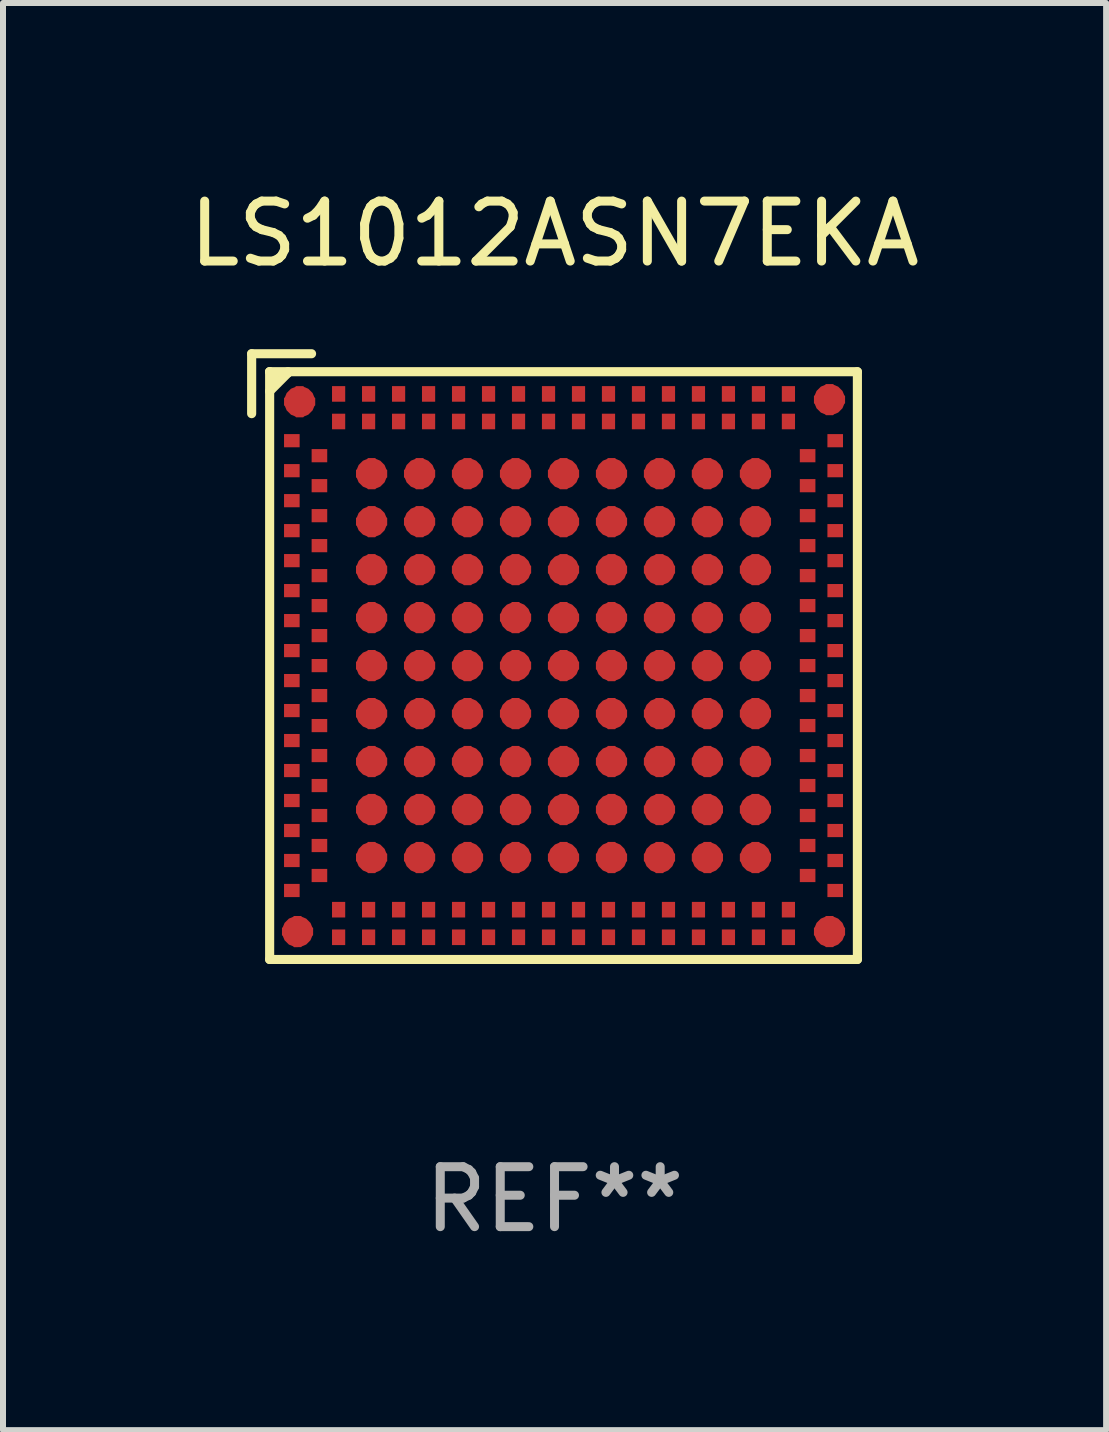
<source format=kicad_pcb>
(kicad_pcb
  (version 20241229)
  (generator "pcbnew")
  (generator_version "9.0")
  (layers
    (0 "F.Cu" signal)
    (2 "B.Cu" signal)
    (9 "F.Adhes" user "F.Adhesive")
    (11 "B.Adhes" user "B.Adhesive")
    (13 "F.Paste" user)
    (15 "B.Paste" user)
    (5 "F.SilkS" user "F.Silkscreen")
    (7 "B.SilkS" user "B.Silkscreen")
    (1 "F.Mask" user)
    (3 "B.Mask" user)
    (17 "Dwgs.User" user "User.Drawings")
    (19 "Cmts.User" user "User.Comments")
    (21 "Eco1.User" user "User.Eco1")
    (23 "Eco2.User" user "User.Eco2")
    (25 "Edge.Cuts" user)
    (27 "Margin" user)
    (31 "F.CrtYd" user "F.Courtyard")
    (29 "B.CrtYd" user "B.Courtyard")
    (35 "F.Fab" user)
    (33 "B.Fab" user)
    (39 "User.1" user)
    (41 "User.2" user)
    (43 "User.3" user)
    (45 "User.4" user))
  (footprint "LS1012ASN7EKA"
    (layer "F.Cu")
    (at 6.196 7.898)
    (property "Reference" "LS1012ASN7EKA" (at 0 -7.05 0) (layer "F.SilkS") (effects (font (size 1 1) (thickness 0.15))))
    (attr through_hole)
    (fp_line (start -5.05 -5.05) (end -5.05 -4.051) (stroke (width 0.152) (type solid)) (layer "F.SilkS"))
    (fp_line (start -4.75 -4.75) (end -4.75 -4.75) (stroke (width 0.152) (type solid)) (layer "F.SilkS"))
    (fp_line (start -4.75 -4.75) (end 5.05 -4.75) (stroke (width 0.152) (type solid)) (layer "F.SilkS"))
    (fp_line (start -4.75 5.05) (end -4.75 -4.75) (stroke (width 0.152) (type solid)) (layer "F.SilkS"))
    (fp_line (start -4.444 -4.75) (end -4.444 -4.731) (stroke (width 0.152) (type solid)) (layer "F.SilkS"))
    (fp_line (start -4.444 -4.731) (end -4.75 -4.424) (stroke (width 0.152) (type solid)) (layer "F.SilkS"))
    (fp_line (start -4.051 -5.05) (end -5.05 -5.05) (stroke (width 0.152) (type solid)) (layer "F.SilkS"))
    (fp_line (start 5.05 -4.75) (end 5.05 5.05) (stroke (width 0.152) (type solid)) (layer "F.SilkS"))
    (fp_line (start 5.05 5.05) (end -4.75 5.05) (stroke (width 0.152) (type solid)) (layer "F.SilkS"))
    (fp_circle (center -4.65 -4.65) (end -4.62 -4.65) (stroke (width 0.06) (type solid)) (fill no) (layer "F.SilkS"))
    (fp_text user "REF**" (at 0 9.05 0) (layer "F.Fab") (effects (font (size 1 1) (thickness 0.15))))
    (pad "1" smd custom (at -4.25 -4.25) (size 0.52 0.52) (layers "F.Cu" "F.Mask" "F.Paste") (options (anchor circle)) (primitives (gr_poly (pts (xy -0.06 -0.26) (xy 0.06 -0.26) (xy 0.26 -0.06) (xy 0.26 0.06) (xy 0.06 0.26) (xy -0.06 0.26) (xy -0.26 0.06) (xy -0.26 -0.06)) (width 0) (fill yes))))
    (pad "2" smd rect (at -4.38 -3.6 90) (size 0.22 0.26) (layers "F.Cu" "F.Mask" "F.Paste"))
    (pad "3" smd rect (at -4.38 -3.1 90) (size 0.22 0.26) (layers "F.Cu" "F.Mask" "F.Paste"))
    (pad "4" smd rect (at -4.38 -2.6 90) (size 0.22 0.26) (layers "F.Cu" "F.Mask" "F.Paste"))
    (pad "5" smd rect (at -4.38 -2.1 90) (size 0.22 0.26) (layers "F.Cu" "F.Mask" "F.Paste"))
    (pad "6" smd rect (at -4.38 -1.6 90) (size 0.22 0.26) (layers "F.Cu" "F.Mask" "F.Paste"))
    (pad "7" smd rect (at -4.38 -1.1 90) (size 0.22 0.26) (layers "F.Cu" "F.Mask" "F.Paste"))
    (pad "8" smd rect (at -4.38 -0.6 90) (size 0.22 0.26) (layers "F.Cu" "F.Mask" "F.Paste"))
    (pad "9" smd rect (at -4.38 -0.1 90) (size 0.22 0.26) (layers "F.Cu" "F.Mask" "F.Paste"))
    (pad "10" smd rect (at -4.38 0.4 90) (size 0.22 0.26) (layers "F.Cu" "F.Mask" "F.Paste"))
    (pad "11" smd rect (at -4.38 0.9 90) (size 0.22 0.26) (layers "F.Cu" "F.Mask" "F.Paste"))
    (pad "12" smd rect (at -4.38 1.4 90) (size 0.22 0.26) (layers "F.Cu" "F.Mask" "F.Paste"))
    (pad "13" smd rect (at -4.38 1.9 90) (size 0.22 0.26) (layers "F.Cu" "F.Mask" "F.Paste"))
    (pad "14" smd rect (at -4.38 2.4 90) (size 0.22 0.26) (layers "F.Cu" "F.Mask" "F.Paste"))
    (pad "15" smd rect (at -4.38 2.9 90) (size 0.22 0.26) (layers "F.Cu" "F.Mask" "F.Paste"))
    (pad "16" smd rect (at -4.38 3.4 90) (size 0.22 0.26) (layers "F.Cu" "F.Mask" "F.Paste"))
    (pad "17" smd rect (at -4.38 3.9 90) (size 0.22 0.26) (layers "F.Cu" "F.Mask" "F.Paste"))
    (pad "18" smd custom (at -4.285 4.585 45) (size 0.52 0.52) (layers "F.Cu" "F.Mask" "F.Paste") (options (anchor circle)) (primitives (gr_poly (pts (xy -0.226 -0.141) (xy -0.141 -0.226) (xy 0.141 -0.226) (xy 0.226 -0.141) (xy 0.226 0.142) (xy 0.141 0.226) (xy -0.141 0.226) (xy -0.226 0.142)) (width 0) (fill yes))))
    (pad "19" smd rect (at -3.6 4.68) (size 0.22 0.26) (layers "F.Cu" "F.Mask" "F.Paste"))
    (pad "20" smd rect (at -3.1 4.68) (size 0.22 0.26) (layers "F.Cu" "F.Mask" "F.Paste"))
    (pad "21" smd rect (at -2.6 4.68) (size 0.22 0.26) (layers "F.Cu" "F.Mask" "F.Paste"))
    (pad "22" smd rect (at -2.1 4.68) (size 0.22 0.26) (layers "F.Cu" "F.Mask" "F.Paste"))
    (pad "23" smd rect (at -1.6 4.68) (size 0.22 0.26) (layers "F.Cu" "F.Mask" "F.Paste"))
    (pad "24" smd rect (at -1.1 4.68) (size 0.22 0.26) (layers "F.Cu" "F.Mask" "F.Paste"))
    (pad "25" smd rect (at -0.6 4.68) (size 0.22 0.26) (layers "F.Cu" "F.Mask" "F.Paste"))
    (pad "26" smd rect (at -0.1 4.68) (size 0.22 0.26) (layers "F.Cu" "F.Mask" "F.Paste"))
    (pad "27" smd rect (at 0.4 4.68) (size 0.22 0.26) (layers "F.Cu" "F.Mask" "F.Paste"))
    (pad "28" smd rect (at 0.9 4.68) (size 0.22 0.26) (layers "F.Cu" "F.Mask" "F.Paste"))
    (pad "29" smd rect (at 1.4 4.68) (size 0.22 0.26) (layers "F.Cu" "F.Mask" "F.Paste"))
    (pad "30" smd rect (at 1.9 4.68) (size 0.22 0.26) (layers "F.Cu" "F.Mask" "F.Paste"))
    (pad "31" smd rect (at 2.4 4.68) (size 0.22 0.26) (layers "F.Cu" "F.Mask" "F.Paste"))
    (pad "32" smd rect (at 2.9 4.68) (size 0.22 0.26) (layers "F.Cu" "F.Mask" "F.Paste"))
    (pad "33" smd rect (at 3.4 4.68) (size 0.22 0.26) (layers "F.Cu" "F.Mask" "F.Paste"))
    (pad "34" smd rect (at 3.9 4.68) (size 0.22 0.26) (layers "F.Cu" "F.Mask" "F.Paste"))
    (pad "35" smd custom (at 4.585 4.585 45) (size 0.52 0.52) (layers "F.Cu" "F.Mask" "F.Paste") (options (anchor circle)) (primitives (gr_poly (pts (xy -0.226 -0.141) (xy -0.141 -0.226) (xy 0.141 -0.226) (xy 0.226 -0.141) (xy 0.226 0.141) (xy 0.141 0.226) (xy -0.141 0.226) (xy -0.226 0.141)) (width 0) (fill yes))))
    (pad "36" smd rect (at 4.68 3.9 270) (size 0.22 0.26) (layers "F.Cu" "F.Mask" "F.Paste"))
    (pad "37" smd rect (at 4.68 3.4 270) (size 0.22 0.26) (layers "F.Cu" "F.Mask" "F.Paste"))
    (pad "38" smd rect (at 4.68 2.9 270) (size 0.22 0.26) (layers "F.Cu" "F.Mask" "F.Paste"))
    (pad "39" smd rect (at 4.68 2.4 270) (size 0.22 0.26) (layers "F.Cu" "F.Mask" "F.Paste"))
    (pad "40" smd rect (at 4.68 1.9 270) (size 0.22 0.26) (layers "F.Cu" "F.Mask" "F.Paste"))
    (pad "41" smd rect (at 4.68 1.4 270) (size 0.22 0.26) (layers "F.Cu" "F.Mask" "F.Paste"))
    (pad "42" smd rect (at 4.68 0.9 270) (size 0.22 0.26) (layers "F.Cu" "F.Mask" "F.Paste"))
    (pad "43" smd rect (at 4.68 0.4 270) (size 0.22 0.26) (layers "F.Cu" "F.Mask" "F.Paste"))
    (pad "44" smd rect (at 4.68 -0.1 270) (size 0.22 0.26) (layers "F.Cu" "F.Mask" "F.Paste"))
    (pad "45" smd rect (at 4.68 -0.6 270) (size 0.22 0.26) (layers "F.Cu" "F.Mask" "F.Paste"))
    (pad "46" smd rect (at 4.68 -1.1 270) (size 0.22 0.26) (layers "F.Cu" "F.Mask" "F.Paste"))
    (pad "47" smd rect (at 4.68 -1.6 270) (size 0.22 0.26) (layers "F.Cu" "F.Mask" "F.Paste"))
    (pad "48" smd rect (at 4.68 -2.1 270) (size 0.22 0.26) (layers "F.Cu" "F.Mask" "F.Paste"))
    (pad "49" smd rect (at 4.68 -2.6 270) (size 0.22 0.26) (layers "F.Cu" "F.Mask" "F.Paste"))
    (pad "50" smd rect (at 4.68 -3.1 270) (size 0.22 0.26) (layers "F.Cu" "F.Mask" "F.Paste"))
    (pad "51" smd rect (at 4.68 -3.6 270) (size 0.22 0.26) (layers "F.Cu" "F.Mask" "F.Paste"))
    (pad "52" smd custom (at 4.585 -4.285 45) (size 0.52 0.52) (layers "F.Cu" "F.Mask" "F.Paste") (options (anchor circle)) (primitives (gr_poly (pts (xy -0.226 -0.141) (xy -0.141 -0.226) (xy 0.141 -0.226) (xy 0.226 -0.141) (xy 0.226 0.141) (xy 0.141 0.226) (xy -0.141 0.226) (xy -0.226 0.141)) (width 0) (fill yes))))
    (pad "53" smd rect (at 3.9 -4.38 180) (size 0.22 0.26) (layers "F.Cu" "F.Mask" "F.Paste"))
    (pad "54" smd rect (at 3.4 -4.38 180) (size 0.22 0.26) (layers "F.Cu" "F.Mask" "F.Paste"))
    (pad "55" smd rect (at 2.9 -4.38 180) (size 0.22 0.26) (layers "F.Cu" "F.Mask" "F.Paste"))
    (pad "56" smd rect (at 2.4 -4.38 180) (size 0.22 0.26) (layers "F.Cu" "F.Mask" "F.Paste"))
    (pad "57" smd rect (at 1.9 -4.38 180) (size 0.22 0.26) (layers "F.Cu" "F.Mask" "F.Paste"))
    (pad "58" smd rect (at 1.4 -4.38 180) (size 0.22 0.26) (layers "F.Cu" "F.Mask" "F.Paste"))
    (pad "59" smd rect (at 0.9 -4.38 180) (size 0.22 0.26) (layers "F.Cu" "F.Mask" "F.Paste"))
    (pad "60" smd rect (at 0.4 -4.38 180) (size 0.22 0.26) (layers "F.Cu" "F.Mask" "F.Paste"))
    (pad "61" smd rect (at -0.1 -4.38 180) (size 0.22 0.26) (layers "F.Cu" "F.Mask" "F.Paste"))
    (pad "62" smd rect (at -0.6 -4.38 180) (size 0.22 0.26) (layers "F.Cu" "F.Mask" "F.Paste"))
    (pad "63" smd rect (at -1.1 -4.38 180) (size 0.22 0.26) (layers "F.Cu" "F.Mask" "F.Paste"))
    (pad "64" smd rect (at -1.6 -4.38 180) (size 0.22 0.26) (layers "F.Cu" "F.Mask" "F.Paste"))
    (pad "65" smd rect (at -2.1 -4.38 180) (size 0.22 0.26) (layers "F.Cu" "F.Mask" "F.Paste"))
    (pad "66" smd rect (at -2.6 -4.38 180) (size 0.22 0.26) (layers "F.Cu" "F.Mask" "F.Paste"))
    (pad "67" smd rect (at -3.1 -4.38 180) (size 0.22 0.26) (layers "F.Cu" "F.Mask" "F.Paste"))
    (pad "68" smd rect (at -3.6 -4.38 180) (size 0.22 0.26) (layers "F.Cu" "F.Mask" "F.Paste"))
    (pad "69" smd rect (at -3.92 -3.35 90) (size 0.22 0.26) (layers "F.Cu" "F.Mask" "F.Paste"))
    (pad "70" smd rect (at -3.92 -2.85 90) (size 0.22 0.26) (layers "F.Cu" "F.Mask" "F.Paste"))
    (pad "71" smd rect (at -3.92 -2.35 90) (size 0.22 0.26) (layers "F.Cu" "F.Mask" "F.Paste"))
    (pad "72" smd rect (at -3.92 -1.85 90) (size 0.22 0.26) (layers "F.Cu" "F.Mask" "F.Paste"))
    (pad "73" smd rect (at -3.92 -1.35 90) (size 0.22 0.26) (layers "F.Cu" "F.Mask" "F.Paste"))
    (pad "74" smd rect (at -3.92 -0.85 90) (size 0.22 0.26) (layers "F.Cu" "F.Mask" "F.Paste"))
    (pad "75" smd rect (at -3.92 -0.35 90) (size 0.22 0.26) (layers "F.Cu" "F.Mask" "F.Paste"))
    (pad "76" smd rect (at -3.92 0.15 90) (size 0.22 0.26) (layers "F.Cu" "F.Mask" "F.Paste"))
    (pad "77" smd rect (at -3.92 0.65 90) (size 0.22 0.26) (layers "F.Cu" "F.Mask" "F.Paste"))
    (pad "78" smd rect (at -3.92 1.15 90) (size 0.22 0.26) (layers "F.Cu" "F.Mask" "F.Paste"))
    (pad "79" smd rect (at -3.92 1.65 90) (size 0.22 0.26) (layers "F.Cu" "F.Mask" "F.Paste"))
    (pad "80" smd rect (at -3.92 2.15 90) (size 0.22 0.26) (layers "F.Cu" "F.Mask" "F.Paste"))
    (pad "81" smd rect (at -3.92 2.65 90) (size 0.22 0.26) (layers "F.Cu" "F.Mask" "F.Paste"))
    (pad "82" smd rect (at -3.92 3.15 90) (size 0.22 0.26) (layers "F.Cu" "F.Mask" "F.Paste"))
    (pad "83" smd rect (at -3.92 3.65 90) (size 0.22 0.26) (layers "F.Cu" "F.Mask" "F.Paste"))
    (pad "84" smd rect (at -3.6 4.22) (size 0.22 0.26) (layers "F.Cu" "F.Mask" "F.Paste"))
    (pad "85" smd rect (at -3.1 4.22) (size 0.22 0.26) (layers "F.Cu" "F.Mask" "F.Paste"))
    (pad "86" smd rect (at -2.6 4.22) (size 0.22 0.26) (layers "F.Cu" "F.Mask" "F.Paste"))
    (pad "87" smd rect (at -2.1 4.22) (size 0.22 0.26) (layers "F.Cu" "F.Mask" "F.Paste"))
    (pad "88" smd rect (at -1.6 4.22) (size 0.22 0.26) (layers "F.Cu" "F.Mask" "F.Paste"))
    (pad "89" smd rect (at -1.1 4.22) (size 0.22 0.26) (layers "F.Cu" "F.Mask" "F.Paste"))
    (pad "90" smd rect (at -0.6 4.22) (size 0.22 0.26) (layers "F.Cu" "F.Mask" "F.Paste"))
    (pad "91" smd rect (at -0.1 4.22) (size 0.22 0.26) (layers "F.Cu" "F.Mask" "F.Paste"))
    (pad "92" smd rect (at 0.4 4.22) (size 0.22 0.26) (layers "F.Cu" "F.Mask" "F.Paste"))
    (pad "93" smd rect (at 0.9 4.22) (size 0.22 0.26) (layers "F.Cu" "F.Mask" "F.Paste"))
    (pad "94" smd rect (at 1.4 4.22) (size 0.22 0.26) (layers "F.Cu" "F.Mask" "F.Paste"))
    (pad "95" smd rect (at 1.9 4.22) (size 0.22 0.26) (layers "F.Cu" "F.Mask" "F.Paste"))
    (pad "96" smd rect (at 2.4 4.22) (size 0.22 0.26) (layers "F.Cu" "F.Mask" "F.Paste"))
    (pad "97" smd rect (at 2.9 4.22) (size 0.22 0.26) (layers "F.Cu" "F.Mask" "F.Paste"))
    (pad "98" smd rect (at 3.4 4.22) (size 0.22 0.26) (layers "F.Cu" "F.Mask" "F.Paste"))
    (pad "99" smd rect (at 3.9 4.22) (size 0.22 0.26) (layers "F.Cu" "F.Mask" "F.Paste"))
    (pad "100" smd rect (at 4.22 3.65 270) (size 0.22 0.26) (layers "F.Cu" "F.Mask" "F.Paste"))
    (pad "101" smd rect (at 4.22 3.15 270) (size 0.22 0.26) (layers "F.Cu" "F.Mask" "F.Paste"))
    (pad "102" smd rect (at 4.22 2.65 270) (size 0.22 0.26) (layers "F.Cu" "F.Mask" "F.Paste"))
    (pad "103" smd rect (at 4.22 2.15 270) (size 0.22 0.26) (layers "F.Cu" "F.Mask" "F.Paste"))
    (pad "104" smd rect (at 4.22 1.65 270) (size 0.22 0.26) (layers "F.Cu" "F.Mask" "F.Paste"))
    (pad "105" smd rect (at 4.22 1.15 270) (size 0.22 0.26) (layers "F.Cu" "F.Mask" "F.Paste"))
    (pad "106" smd rect (at 4.22 0.65 270) (size 0.22 0.26) (layers "F.Cu" "F.Mask" "F.Paste"))
    (pad "107" smd rect (at 4.22 0.15 270) (size 0.22 0.26) (layers "F.Cu" "F.Mask" "F.Paste"))
    (pad "108" smd rect (at 4.22 -0.35 270) (size 0.22 0.26) (layers "F.Cu" "F.Mask" "F.Paste"))
    (pad "109" smd rect (at 4.22 -0.85 270) (size 0.22 0.26) (layers "F.Cu" "F.Mask" "F.Paste"))
    (pad "110" smd rect (at 4.22 -1.35 270) (size 0.22 0.26) (layers "F.Cu" "F.Mask" "F.Paste"))
    (pad "111" smd rect (at 4.22 -1.85 270) (size 0.22 0.26) (layers "F.Cu" "F.Mask" "F.Paste"))
    (pad "112" smd rect (at 4.22 -2.35 270) (size 0.22 0.26) (layers "F.Cu" "F.Mask" "F.Paste"))
    (pad "113" smd rect (at 4.22 -2.85 270) (size 0.22 0.26) (layers "F.Cu" "F.Mask" "F.Paste"))
    (pad "114" smd rect (at 4.22 -3.35 270) (size 0.22 0.26) (layers "F.Cu" "F.Mask" "F.Paste"))
    (pad "115" smd rect (at 3.9 -3.92 180) (size 0.22 0.26) (layers "F.Cu" "F.Mask" "F.Paste"))
    (pad "116" smd rect (at 3.4 -3.92 180) (size 0.22 0.26) (layers "F.Cu" "F.Mask" "F.Paste"))
    (pad "117" smd rect (at 2.9 -3.92 180) (size 0.22 0.26) (layers "F.Cu" "F.Mask" "F.Paste"))
    (pad "118" smd rect (at 2.4 -3.92 180) (size 0.22 0.26) (layers "F.Cu" "F.Mask" "F.Paste"))
    (pad "119" smd rect (at 1.9 -3.92 180) (size 0.22 0.26) (layers "F.Cu" "F.Mask" "F.Paste"))
    (pad "120" smd rect (at 1.4 -3.92 180) (size 0.22 0.26) (layers "F.Cu" "F.Mask" "F.Paste"))
    (pad "121" smd rect (at 0.9 -3.92 180) (size 0.22 0.26) (layers "F.Cu" "F.Mask" "F.Paste"))
    (pad "122" smd rect (at 0.4 -3.92 180) (size 0.22 0.26) (layers "F.Cu" "F.Mask" "F.Paste"))
    (pad "123" smd rect (at -0.1 -3.92 180) (size 0.22 0.26) (layers "F.Cu" "F.Mask" "F.Paste"))
    (pad "124" smd rect (at -0.6 -3.92 180) (size 0.22 0.26) (layers "F.Cu" "F.Mask" "F.Paste"))
    (pad "125" smd rect (at -1.1 -3.92 180) (size 0.22 0.26) (layers "F.Cu" "F.Mask" "F.Paste"))
    (pad "126" smd rect (at -1.6 -3.92 180) (size 0.22 0.26) (layers "F.Cu" "F.Mask" "F.Paste"))
    (pad "127" smd rect (at -2.1 -3.92 180) (size 0.22 0.26) (layers "F.Cu" "F.Mask" "F.Paste"))
    (pad "128" smd rect (at -2.6 -3.92 180) (size 0.22 0.26) (layers "F.Cu" "F.Mask" "F.Paste"))
    (pad "129" smd rect (at -3.1 -3.92 180) (size 0.22 0.26) (layers "F.Cu" "F.Mask" "F.Paste"))
    (pad "130" smd rect (at -3.6 -3.92 180) (size 0.22 0.26) (layers "F.Cu" "F.Mask" "F.Paste"))
    (pad "131" smd custom (at -3.05 -3.05) (size 0.52 0.52) (layers "F.Cu" "F.Mask" "F.Paste") (options (anchor circle)) (primitives (gr_poly (pts (xy -0.06 -0.26) (xy 0.06 -0.26) (xy 0.26 -0.06) (xy 0.26 0.06) (xy 0.06 0.26) (xy -0.06 0.26) (xy -0.26 0.06) (xy -0.26 -0.06)) (width 0) (fill yes))))
    (pad "132" smd custom (at -2.25 -3.05) (size 0.52 0.52) (layers "F.Cu" "F.Mask" "F.Paste") (options (anchor circle)) (primitives (gr_poly (pts (xy -0.06 -0.26) (xy 0.06 -0.26) (xy 0.26 -0.06) (xy 0.26 0.06) (xy 0.06 0.26) (xy -0.06 0.26) (xy -0.26 0.06) (xy -0.26 -0.06)) (width 0) (fill yes))))
    (pad "133" smd custom (at -1.451 -3.05) (size 0.52 0.52) (layers "F.Cu" "F.Mask" "F.Paste") (options (anchor circle)) (primitives (gr_poly (pts (xy -0.06 -0.26) (xy 0.06 -0.26) (xy 0.26 -0.06) (xy 0.26 0.06) (xy 0.06 0.26) (xy -0.06 0.26) (xy -0.26 0.06) (xy -0.26 -0.06)) (width 0) (fill yes))))
    (pad "134" smd custom (at -0.65 -3.05) (size 0.52 0.52) (layers "F.Cu" "F.Mask" "F.Paste") (options (anchor circle)) (primitives (gr_poly (pts (xy -0.06 -0.26) (xy 0.06 -0.26) (xy 0.26 -0.06) (xy 0.26 0.06) (xy 0.06 0.26) (xy -0.06 0.26) (xy -0.26 0.06) (xy -0.26 -0.06)) (width 0) (fill yes))))
    (pad "135" smd custom (at 0.15 -3.05) (size 0.52 0.52) (layers "F.Cu" "F.Mask" "F.Paste") (options (anchor circle)) (primitives (gr_poly (pts (xy -0.06 -0.26) (xy 0.06 -0.26) (xy 0.26 -0.06) (xy 0.26 0.06) (xy 0.06 0.26) (xy -0.06 0.26) (xy -0.26 0.06) (xy -0.26 -0.06)) (width 0) (fill yes))))
    (pad "136" smd custom (at 0.95 -3.05) (size 0.52 0.52) (layers "F.Cu" "F.Mask" "F.Paste") (options (anchor circle)) (primitives (gr_poly (pts (xy -0.06 -0.26) (xy 0.06 -0.26) (xy 0.26 -0.06) (xy 0.26 0.06) (xy 0.06 0.26) (xy -0.06 0.26) (xy -0.26 0.06) (xy -0.26 -0.06)) (width 0) (fill yes))))
    (pad "137" smd custom (at 1.75 -3.05) (size 0.52 0.52) (layers "F.Cu" "F.Mask" "F.Paste") (options (anchor circle)) (primitives (gr_poly (pts (xy -0.06 -0.26) (xy 0.06 -0.26) (xy 0.26 -0.06) (xy 0.26 0.06) (xy 0.06 0.26) (xy -0.06 0.26) (xy -0.26 0.06) (xy -0.26 -0.06)) (width 0) (fill yes))))
    (pad "138" smd custom (at 2.549 -3.05) (size 0.52 0.52) (layers "F.Cu" "F.Mask" "F.Paste") (options (anchor circle)) (primitives (gr_poly (pts (xy -0.06 -0.26) (xy 0.06 -0.26) (xy 0.26 -0.06) (xy 0.26 0.06) (xy 0.06 0.26) (xy -0.06 0.26) (xy -0.26 0.06) (xy -0.26 -0.06)) (width 0) (fill yes))))
    (pad "139" smd custom (at 3.35 -3.05) (size 0.52 0.52) (layers "F.Cu" "F.Mask" "F.Paste") (options (anchor circle)) (primitives (gr_poly (pts (xy -0.06 -0.26) (xy 0.06 -0.26) (xy 0.26 -0.06) (xy 0.26 0.06) (xy 0.06 0.26) (xy -0.06 0.26) (xy -0.26 0.06) (xy -0.26 -0.06)) (width 0) (fill yes))))
    (pad "140" smd custom (at -3.05 -2.25) (size 0.52 0.52) (layers "F.Cu" "F.Mask" "F.Paste") (options (anchor circle)) (primitives (gr_poly (pts (xy -0.06 -0.26) (xy 0.06 -0.26) (xy 0.26 -0.06) (xy 0.26 0.06) (xy 0.06 0.26) (xy -0.06 0.26) (xy -0.26 0.06) (xy -0.26 -0.06)) (width 0) (fill yes))))
    (pad "141" smd custom (at -2.25 -2.25) (size 0.52 0.52) (layers "F.Cu" "F.Mask" "F.Paste") (options (anchor circle)) (primitives (gr_poly (pts (xy -0.06 -0.26) (xy 0.06 -0.26) (xy 0.26 -0.06) (xy 0.26 0.06) (xy 0.06 0.26) (xy -0.06 0.26) (xy -0.26 0.06) (xy -0.26 -0.06)) (width 0) (fill yes))))
    (pad "142" smd custom (at -1.451 -2.25) (size 0.52 0.52) (layers "F.Cu" "F.Mask" "F.Paste") (options (anchor circle)) (primitives (gr_poly (pts (xy -0.06 -0.26) (xy 0.06 -0.26) (xy 0.26 -0.06) (xy 0.26 0.06) (xy 0.06 0.26) (xy -0.06 0.26) (xy -0.26 0.06) (xy -0.26 -0.06)) (width 0) (fill yes))))
    (pad "143" smd custom (at -0.65 -2.25) (size 0.52 0.52) (layers "F.Cu" "F.Mask" "F.Paste") (options (anchor circle)) (primitives (gr_poly (pts (xy -0.06 -0.26) (xy 0.06 -0.26) (xy 0.26 -0.06) (xy 0.26 0.06) (xy 0.06 0.26) (xy -0.06 0.26) (xy -0.26 0.06) (xy -0.26 -0.06)) (width 0) (fill yes))))
    (pad "144" smd custom (at 0.15 -2.25) (size 0.52 0.52) (layers "F.Cu" "F.Mask" "F.Paste") (options (anchor circle)) (primitives (gr_poly (pts (xy -0.06 -0.26) (xy 0.06 -0.26) (xy 0.26 -0.06) (xy 0.26 0.06) (xy 0.06 0.26) (xy -0.06 0.26) (xy -0.26 0.06) (xy -0.26 -0.06)) (width 0) (fill yes))))
    (pad "145" smd custom (at 0.95 -2.25) (size 0.52 0.52) (layers "F.Cu" "F.Mask" "F.Paste") (options (anchor circle)) (primitives (gr_poly (pts (xy -0.06 -0.26) (xy 0.06 -0.26) (xy 0.26 -0.06) (xy 0.26 0.06) (xy 0.06 0.26) (xy -0.06 0.26) (xy -0.26 0.06) (xy -0.26 -0.06)) (width 0) (fill yes))))
    (pad "146" smd custom (at 1.75 -2.25) (size 0.52 0.52) (layers "F.Cu" "F.Mask" "F.Paste") (options (anchor circle)) (primitives (gr_poly (pts (xy -0.06 -0.26) (xy 0.06 -0.26) (xy 0.26 -0.06) (xy 0.26 0.06) (xy 0.06 0.26) (xy -0.06 0.26) (xy -0.26 0.06) (xy -0.26 -0.06)) (width 0) (fill yes))))
    (pad "147" smd custom (at 2.549 -2.25) (size 0.52 0.52) (layers "F.Cu" "F.Mask" "F.Paste") (options (anchor circle)) (primitives (gr_poly (pts (xy -0.06 -0.26) (xy 0.06 -0.26) (xy 0.26 -0.06) (xy 0.26 0.06) (xy 0.06 0.26) (xy -0.06 0.26) (xy -0.26 0.06) (xy -0.26 -0.06)) (width 0) (fill yes))))
    (pad "148" smd custom (at 3.35 -2.25) (size 0.52 0.52) (layers "F.Cu" "F.Mask" "F.Paste") (options (anchor circle)) (primitives (gr_poly (pts (xy -0.06 -0.26) (xy 0.06 -0.26) (xy 0.26 -0.06) (xy 0.26 0.06) (xy 0.06 0.26) (xy -0.06 0.26) (xy -0.26 0.06) (xy -0.26 -0.06)) (width 0) (fill yes))))
    (pad "149" smd custom (at -3.05 -1.45) (size 0.52 0.52) (layers "F.Cu" "F.Mask" "F.Paste") (options (anchor circle)) (primitives (gr_poly (pts (xy -0.06 -0.26) (xy 0.06 -0.26) (xy 0.26 -0.06) (xy 0.26 0.06) (xy 0.06 0.26) (xy -0.06 0.26) (xy -0.26 0.06) (xy -0.26 -0.06)) (width 0) (fill yes))))
    (pad "150" smd custom (at -2.25 -1.45) (size 0.52 0.52) (layers "F.Cu" "F.Mask" "F.Paste") (options (anchor circle)) (primitives (gr_poly (pts (xy -0.06 -0.26) (xy 0.06 -0.26) (xy 0.26 -0.06) (xy 0.26 0.06) (xy 0.06 0.26) (xy -0.06 0.26) (xy -0.26 0.06) (xy -0.26 -0.06)) (width 0) (fill yes))))
    (pad "151" smd custom (at -1.451 -1.45) (size 0.52 0.52) (layers "F.Cu" "F.Mask" "F.Paste") (options (anchor circle)) (primitives (gr_poly (pts (xy -0.06 -0.26) (xy 0.06 -0.26) (xy 0.26 -0.06) (xy 0.26 0.06) (xy 0.06 0.26) (xy -0.06 0.26) (xy -0.26 0.06) (xy -0.26 -0.06)) (width 0) (fill yes))))
    (pad "152" smd custom (at -0.65 -1.45) (size 0.52 0.52) (layers "F.Cu" "F.Mask" "F.Paste") (options (anchor circle)) (primitives (gr_poly (pts (xy -0.06 -0.26) (xy 0.06 -0.26) (xy 0.26 -0.06) (xy 0.26 0.06) (xy 0.06 0.26) (xy -0.06 0.26) (xy -0.26 0.06) (xy -0.26 -0.06)) (width 0) (fill yes))))
    (pad "153" smd custom (at 0.15 -1.45) (size 0.52 0.52) (layers "F.Cu" "F.Mask" "F.Paste") (options (anchor circle)) (primitives (gr_poly (pts (xy -0.06 -0.26) (xy 0.06 -0.26) (xy 0.26 -0.06) (xy 0.26 0.06) (xy 0.06 0.26) (xy -0.06 0.26) (xy -0.26 0.06) (xy -0.26 -0.06)) (width 0) (fill yes))))
    (pad "154" smd custom (at 0.95 -1.45) (size 0.52 0.52) (layers "F.Cu" "F.Mask" "F.Paste") (options (anchor circle)) (primitives (gr_poly (pts (xy -0.06 -0.26) (xy 0.06 -0.26) (xy 0.26 -0.06) (xy 0.26 0.06) (xy 0.06 0.26) (xy -0.06 0.26) (xy -0.26 0.06) (xy -0.26 -0.06)) (width 0) (fill yes))))
    (pad "155" smd custom (at 1.75 -1.45) (size 0.52 0.52) (layers "F.Cu" "F.Mask" "F.Paste") (options (anchor circle)) (primitives (gr_poly (pts (xy -0.06 -0.26) (xy 0.06 -0.26) (xy 0.26 -0.06) (xy 0.26 0.06) (xy 0.06 0.26) (xy -0.06 0.26) (xy -0.26 0.06) (xy -0.26 -0.06)) (width 0) (fill yes))))
    (pad "156" smd custom (at 2.549 -1.45) (size 0.52 0.52) (layers "F.Cu" "F.Mask" "F.Paste") (options (anchor circle)) (primitives (gr_poly (pts (xy -0.06 -0.26) (xy 0.06 -0.26) (xy 0.26 -0.06) (xy 0.26 0.06) (xy 0.06 0.26) (xy -0.06 0.26) (xy -0.26 0.06) (xy -0.26 -0.06)) (width 0) (fill yes))))
    (pad "157" smd custom (at 3.35 -1.45) (size 0.52 0.52) (layers "F.Cu" "F.Mask" "F.Paste") (options (anchor circle)) (primitives (gr_poly (pts (xy -0.06 -0.26) (xy 0.06 -0.26) (xy 0.26 -0.06) (xy 0.26 0.06) (xy 0.06 0.26) (xy -0.06 0.26) (xy -0.26 0.06) (xy -0.26 -0.06)) (width 0) (fill yes))))
    (pad "158" smd custom (at -3.05 -0.65) (size 0.52 0.52) (layers "F.Cu" "F.Mask" "F.Paste") (options (anchor circle)) (primitives (gr_poly (pts (xy -0.06 -0.26) (xy 0.06 -0.26) (xy 0.26 -0.06) (xy 0.26 0.06) (xy 0.06 0.26) (xy -0.06 0.26) (xy -0.26 0.06) (xy -0.26 -0.06)) (width 0) (fill yes))))
    (pad "159" smd custom (at -2.25 -0.65) (size 0.52 0.52) (layers "F.Cu" "F.Mask" "F.Paste") (options (anchor circle)) (primitives (gr_poly (pts (xy -0.06 -0.26) (xy 0.06 -0.26) (xy 0.26 -0.06) (xy 0.26 0.06) (xy 0.06 0.26) (xy -0.06 0.26) (xy -0.26 0.06) (xy -0.26 -0.06)) (width 0) (fill yes))))
    (pad "160" smd custom (at -1.451 -0.65) (size 0.52 0.52) (layers "F.Cu" "F.Mask" "F.Paste") (options (anchor circle)) (primitives (gr_poly (pts (xy -0.06 -0.26) (xy 0.06 -0.26) (xy 0.26 -0.06) (xy 0.26 0.06) (xy 0.06 0.26) (xy -0.06 0.26) (xy -0.26 0.06) (xy -0.26 -0.06)) (width 0) (fill yes))))
    (pad "161" smd custom (at -0.65 -0.65) (size 0.52 0.52) (layers "F.Cu" "F.Mask" "F.Paste") (options (anchor circle)) (primitives (gr_poly (pts (xy -0.06 -0.26) (xy 0.06 -0.26) (xy 0.26 -0.06) (xy 0.26 0.06) (xy 0.06 0.26) (xy -0.06 0.26) (xy -0.26 0.06) (xy -0.26 -0.06)) (width 0) (fill yes))))
    (pad "162" smd custom (at 0.15 -0.65) (size 0.52 0.52) (layers "F.Cu" "F.Mask" "F.Paste") (options (anchor circle)) (primitives (gr_poly (pts (xy -0.06 -0.26) (xy 0.06 -0.26) (xy 0.26 -0.06) (xy 0.26 0.06) (xy 0.06 0.26) (xy -0.06 0.26) (xy -0.26 0.06) (xy -0.26 -0.06)) (width 0) (fill yes))))
    (pad "163" smd custom (at 0.95 -0.65) (size 0.52 0.52) (layers "F.Cu" "F.Mask" "F.Paste") (options (anchor circle)) (primitives (gr_poly (pts (xy -0.06 -0.26) (xy 0.06 -0.26) (xy 0.26 -0.06) (xy 0.26 0.06) (xy 0.06 0.26) (xy -0.06 0.26) (xy -0.26 0.06) (xy -0.26 -0.06)) (width 0) (fill yes))))
    (pad "164" smd custom (at 1.75 -0.65) (size 0.52 0.52) (layers "F.Cu" "F.Mask" "F.Paste") (options (anchor circle)) (primitives (gr_poly (pts (xy -0.06 -0.26) (xy 0.06 -0.26) (xy 0.26 -0.06) (xy 0.26 0.06) (xy 0.06 0.26) (xy -0.06 0.26) (xy -0.26 0.06) (xy -0.26 -0.06)) (width 0) (fill yes))))
    (pad "165" smd custom (at 2.549 -0.65) (size 0.52 0.52) (layers "F.Cu" "F.Mask" "F.Paste") (options (anchor circle)) (primitives (gr_poly (pts (xy -0.06 -0.26) (xy 0.06 -0.26) (xy 0.26 -0.06) (xy 0.26 0.06) (xy 0.06 0.26) (xy -0.06 0.26) (xy -0.26 0.06) (xy -0.26 -0.06)) (width 0) (fill yes))))
    (pad "166" smd custom (at 3.35 -0.65) (size 0.52 0.52) (layers "F.Cu" "F.Mask" "F.Paste") (options (anchor circle)) (primitives (gr_poly (pts (xy -0.06 -0.26) (xy 0.06 -0.26) (xy 0.26 -0.06) (xy 0.26 0.06) (xy 0.06 0.26) (xy -0.06 0.26) (xy -0.26 0.06) (xy -0.26 -0.06)) (width 0) (fill yes))))
    (pad "167" smd custom (at -3.05 0.15) (size 0.52 0.52) (layers "F.Cu" "F.Mask" "F.Paste") (options (anchor circle)) (primitives (gr_poly (pts (xy -0.06 -0.26) (xy 0.06 -0.26) (xy 0.26 -0.06) (xy 0.26 0.06) (xy 0.06 0.26) (xy -0.06 0.26) (xy -0.26 0.06) (xy -0.26 -0.06)) (width 0) (fill yes))))
    (pad "168" smd custom (at -2.25 0.15) (size 0.52 0.52) (layers "F.Cu" "F.Mask" "F.Paste") (options (anchor circle)) (primitives (gr_poly (pts (xy -0.06 -0.26) (xy 0.06 -0.26) (xy 0.26 -0.06) (xy 0.26 0.06) (xy 0.06 0.26) (xy -0.06 0.26) (xy -0.26 0.06) (xy -0.26 -0.06)) (width 0) (fill yes))))
    (pad "169" smd custom (at -1.451 0.15) (size 0.52 0.52) (layers "F.Cu" "F.Mask" "F.Paste") (options (anchor circle)) (primitives (gr_poly (pts (xy -0.06 -0.26) (xy 0.06 -0.26) (xy 0.26 -0.06) (xy 0.26 0.06) (xy 0.06 0.26) (xy -0.06 0.26) (xy -0.26 0.06) (xy -0.26 -0.06)) (width 0) (fill yes))))
    (pad "170" smd custom (at -0.65 0.15) (size 0.52 0.52) (layers "F.Cu" "F.Mask" "F.Paste") (options (anchor circle)) (primitives (gr_poly (pts (xy -0.06 -0.26) (xy 0.06 -0.26) (xy 0.26 -0.06) (xy 0.26 0.06) (xy 0.06 0.26) (xy -0.06 0.26) (xy -0.26 0.06) (xy -0.26 -0.06)) (width 0) (fill yes))))
    (pad "171" smd custom (at 0.15 0.15) (size 0.52 0.52) (layers "F.Cu" "F.Mask" "F.Paste") (options (anchor circle)) (primitives (gr_poly (pts (xy -0.06 -0.26) (xy 0.06 -0.26) (xy 0.26 -0.06) (xy 0.26 0.06) (xy 0.06 0.26) (xy -0.06 0.26) (xy -0.26 0.06) (xy -0.26 -0.06)) (width 0) (fill yes))))
    (pad "172" smd custom (at 0.95 0.15) (size 0.52 0.52) (layers "F.Cu" "F.Mask" "F.Paste") (options (anchor circle)) (primitives (gr_poly (pts (xy -0.06 -0.26) (xy 0.06 -0.26) (xy 0.26 -0.06) (xy 0.26 0.06) (xy 0.06 0.26) (xy -0.06 0.26) (xy -0.26 0.06) (xy -0.26 -0.06)) (width 0) (fill yes))))
    (pad "173" smd custom (at 1.75 0.15) (size 0.52 0.52) (layers "F.Cu" "F.Mask" "F.Paste") (options (anchor circle)) (primitives (gr_poly (pts (xy -0.06 -0.26) (xy 0.06 -0.26) (xy 0.26 -0.06) (xy 0.26 0.06) (xy 0.06 0.26) (xy -0.06 0.26) (xy -0.26 0.06) (xy -0.26 -0.06)) (width 0) (fill yes))))
    (pad "174" smd custom (at 2.549 0.15) (size 0.52 0.52) (layers "F.Cu" "F.Mask" "F.Paste") (options (anchor circle)) (primitives (gr_poly (pts (xy -0.06 -0.26) (xy 0.06 -0.26) (xy 0.26 -0.06) (xy 0.26 0.06) (xy 0.06 0.26) (xy -0.06 0.26) (xy -0.26 0.06) (xy -0.26 -0.06)) (width 0) (fill yes))))
    (pad "175" smd custom (at 3.35 0.15) (size 0.52 0.52) (layers "F.Cu" "F.Mask" "F.Paste") (options (anchor circle)) (primitives (gr_poly (pts (xy -0.06 -0.26) (xy 0.06 -0.26) (xy 0.26 -0.06) (xy 0.26 0.06) (xy 0.06 0.26) (xy -0.06 0.26) (xy -0.26 0.06) (xy -0.26 -0.06)) (width 0) (fill yes))))
    (pad "176" smd custom (at -3.05 0.95) (size 0.52 0.52) (layers "F.Cu" "F.Mask" "F.Paste") (options (anchor circle)) (primitives (gr_poly (pts (xy -0.06 -0.26) (xy 0.06 -0.26) (xy 0.26 -0.06) (xy 0.26 0.06) (xy 0.06 0.26) (xy -0.06 0.26) (xy -0.26 0.06) (xy -0.26 -0.06)) (width 0) (fill yes))))
    (pad "177" smd custom (at -2.25 0.95) (size 0.52 0.52) (layers "F.Cu" "F.Mask" "F.Paste") (options (anchor circle)) (primitives (gr_poly (pts (xy -0.06 -0.26) (xy 0.06 -0.26) (xy 0.26 -0.06) (xy 0.26 0.06) (xy 0.06 0.26) (xy -0.06 0.26) (xy -0.26 0.06) (xy -0.26 -0.06)) (width 0) (fill yes))))
    (pad "178" smd custom (at -1.451 0.95) (size 0.52 0.52) (layers "F.Cu" "F.Mask" "F.Paste") (options (anchor circle)) (primitives (gr_poly (pts (xy -0.06 -0.26) (xy 0.06 -0.26) (xy 0.26 -0.06) (xy 0.26 0.06) (xy 0.06 0.26) (xy -0.06 0.26) (xy -0.26 0.06) (xy -0.26 -0.06)) (width 0) (fill yes))))
    (pad "179" smd custom (at -0.65 0.95) (size 0.52 0.52) (layers "F.Cu" "F.Mask" "F.Paste") (options (anchor circle)) (primitives (gr_poly (pts (xy -0.06 -0.26) (xy 0.06 -0.26) (xy 0.26 -0.06) (xy 0.26 0.06) (xy 0.06 0.26) (xy -0.06 0.26) (xy -0.26 0.06) (xy -0.26 -0.06)) (width 0) (fill yes))))
    (pad "180" smd custom (at 0.15 0.95) (size 0.52 0.52) (layers "F.Cu" "F.Mask" "F.Paste") (options (anchor circle)) (primitives (gr_poly (pts (xy -0.06 -0.26) (xy 0.06 -0.26) (xy 0.26 -0.06) (xy 0.26 0.06) (xy 0.06 0.26) (xy -0.06 0.26) (xy -0.26 0.06) (xy -0.26 -0.06)) (width 0) (fill yes))))
    (pad "181" smd custom (at 0.95 0.95) (size 0.52 0.52) (layers "F.Cu" "F.Mask" "F.Paste") (options (anchor circle)) (primitives (gr_poly (pts (xy -0.06 -0.26) (xy 0.06 -0.26) (xy 0.26 -0.06) (xy 0.26 0.06) (xy 0.06 0.26) (xy -0.06 0.26) (xy -0.26 0.06) (xy -0.26 -0.06)) (width 0) (fill yes))))
    (pad "182" smd custom (at 1.75 0.95) (size 0.52 0.52) (layers "F.Cu" "F.Mask" "F.Paste") (options (anchor circle)) (primitives (gr_poly (pts (xy -0.06 -0.26) (xy 0.06 -0.26) (xy 0.26 -0.06) (xy 0.26 0.06) (xy 0.06 0.26) (xy -0.06 0.26) (xy -0.26 0.06) (xy -0.26 -0.06)) (width 0) (fill yes))))
    (pad "183" smd custom (at 2.549 0.95) (size 0.52 0.52) (layers "F.Cu" "F.Mask" "F.Paste") (options (anchor circle)) (primitives (gr_poly (pts (xy -0.06 -0.26) (xy 0.06 -0.26) (xy 0.26 -0.06) (xy 0.26 0.06) (xy 0.06 0.26) (xy -0.06 0.26) (xy -0.26 0.06) (xy -0.26 -0.06)) (width 0) (fill yes))))
    (pad "184" smd custom (at 3.35 0.95) (size 0.52 0.52) (layers "F.Cu" "F.Mask" "F.Paste") (options (anchor circle)) (primitives (gr_poly (pts (xy -0.06 -0.26) (xy 0.06 -0.26) (xy 0.26 -0.06) (xy 0.26 0.06) (xy 0.06 0.26) (xy -0.06 0.26) (xy -0.26 0.06) (xy -0.26 -0.06)) (width 0) (fill yes))))
    (pad "185" smd custom (at -3.05 1.75) (size 0.52 0.52) (layers "F.Cu" "F.Mask" "F.Paste") (options (anchor circle)) (primitives (gr_poly (pts (xy -0.06 -0.26) (xy 0.06 -0.26) (xy 0.26 -0.06) (xy 0.26 0.06) (xy 0.06 0.26) (xy -0.06 0.26) (xy -0.26 0.06) (xy -0.26 -0.06)) (width 0) (fill yes))))
    (pad "186" smd custom (at -2.25 1.75) (size 0.52 0.52) (layers "F.Cu" "F.Mask" "F.Paste") (options (anchor circle)) (primitives (gr_poly (pts (xy -0.06 -0.26) (xy 0.06 -0.26) (xy 0.26 -0.06) (xy 0.26 0.06) (xy 0.06 0.26) (xy -0.06 0.26) (xy -0.26 0.06) (xy -0.26 -0.06)) (width 0) (fill yes))))
    (pad "187" smd custom (at -1.451 1.75) (size 0.52 0.52) (layers "F.Cu" "F.Mask" "F.Paste") (options (anchor circle)) (primitives (gr_poly (pts (xy -0.06 -0.26) (xy 0.06 -0.26) (xy 0.26 -0.06) (xy 0.26 0.06) (xy 0.06 0.26) (xy -0.06 0.26) (xy -0.26 0.06) (xy -0.26 -0.06)) (width 0) (fill yes))))
    (pad "188" smd custom (at -0.65 1.75) (size 0.52 0.52) (layers "F.Cu" "F.Mask" "F.Paste") (options (anchor circle)) (primitives (gr_poly (pts (xy -0.06 -0.26) (xy 0.06 -0.26) (xy 0.26 -0.06) (xy 0.26 0.06) (xy 0.06 0.26) (xy -0.06 0.26) (xy -0.26 0.06) (xy -0.26 -0.06)) (width 0) (fill yes))))
    (pad "189" smd custom (at 0.15 1.75) (size 0.52 0.52) (layers "F.Cu" "F.Mask" "F.Paste") (options (anchor circle)) (primitives (gr_poly (pts (xy -0.06 -0.26) (xy 0.06 -0.26) (xy 0.26 -0.06) (xy 0.26 0.06) (xy 0.06 0.26) (xy -0.06 0.26) (xy -0.26 0.06) (xy -0.26 -0.06)) (width 0) (fill yes))))
    (pad "190" smd custom (at 0.95 1.75) (size 0.52 0.52) (layers "F.Cu" "F.Mask" "F.Paste") (options (anchor circle)) (primitives (gr_poly (pts (xy -0.06 -0.26) (xy 0.06 -0.26) (xy 0.26 -0.06) (xy 0.26 0.06) (xy 0.06 0.26) (xy -0.06 0.26) (xy -0.26 0.06) (xy -0.26 -0.06)) (width 0) (fill yes))))
    (pad "191" smd custom (at 1.75 1.75) (size 0.52 0.52) (layers "F.Cu" "F.Mask" "F.Paste") (options (anchor circle)) (primitives (gr_poly (pts (xy -0.06 -0.26) (xy 0.06 -0.26) (xy 0.26 -0.06) (xy 0.26 0.06) (xy 0.06 0.26) (xy -0.06 0.26) (xy -0.26 0.06) (xy -0.26 -0.06)) (width 0) (fill yes))))
    (pad "192" smd custom (at 2.549 1.75) (size 0.52 0.52) (layers "F.Cu" "F.Mask" "F.Paste") (options (anchor circle)) (primitives (gr_poly (pts (xy -0.06 -0.26) (xy 0.06 -0.26) (xy 0.26 -0.06) (xy 0.26 0.06) (xy 0.06 0.26) (xy -0.06 0.26) (xy -0.26 0.06) (xy -0.26 -0.06)) (width 0) (fill yes))))
    (pad "193" smd custom (at 3.35 1.75) (size 0.52 0.52) (layers "F.Cu" "F.Mask" "F.Paste") (options (anchor circle)) (primitives (gr_poly (pts (xy -0.06 -0.26) (xy 0.06 -0.26) (xy 0.26 -0.06) (xy 0.26 0.06) (xy 0.06 0.26) (xy -0.06 0.26) (xy -0.26 0.06) (xy -0.26 -0.06)) (width 0) (fill yes))))
    (pad "194" smd custom (at -3.05 2.55) (size 0.52 0.52) (layers "F.Cu" "F.Mask" "F.Paste") (options (anchor circle)) (primitives (gr_poly (pts (xy -0.06 -0.26) (xy 0.06 -0.26) (xy 0.26 -0.06) (xy 0.26 0.06) (xy 0.06 0.26) (xy -0.06 0.26) (xy -0.26 0.06) (xy -0.26 -0.06)) (width 0) (fill yes))))
    (pad "195" smd custom (at -2.25 2.55) (size 0.52 0.52) (layers "F.Cu" "F.Mask" "F.Paste") (options (anchor circle)) (primitives (gr_poly (pts (xy -0.06 -0.26) (xy 0.06 -0.26) (xy 0.26 -0.06) (xy 0.26 0.06) (xy 0.06 0.26) (xy -0.06 0.26) (xy -0.26 0.06) (xy -0.26 -0.06)) (width 0) (fill yes))))
    (pad "196" smd custom (at -1.451 2.55) (size 0.52 0.52) (layers "F.Cu" "F.Mask" "F.Paste") (options (anchor circle)) (primitives (gr_poly (pts (xy -0.06 -0.26) (xy 0.06 -0.26) (xy 0.26 -0.06) (xy 0.26 0.06) (xy 0.06 0.26) (xy -0.06 0.26) (xy -0.26 0.06) (xy -0.26 -0.06)) (width 0) (fill yes))))
    (pad "197" smd custom (at -0.65 2.55) (size 0.52 0.52) (layers "F.Cu" "F.Mask" "F.Paste") (options (anchor circle)) (primitives (gr_poly (pts (xy -0.06 -0.26) (xy 0.06 -0.26) (xy 0.26 -0.06) (xy 0.26 0.06) (xy 0.06 0.26) (xy -0.06 0.26) (xy -0.26 0.06) (xy -0.26 -0.06)) (width 0) (fill yes))))
    (pad "198" smd custom (at 0.15 2.55) (size 0.52 0.52) (layers "F.Cu" "F.Mask" "F.Paste") (options (anchor circle)) (primitives (gr_poly (pts (xy -0.06 -0.26) (xy 0.06 -0.26) (xy 0.26 -0.06) (xy 0.26 0.06) (xy 0.06 0.26) (xy -0.06 0.26) (xy -0.26 0.06) (xy -0.26 -0.06)) (width 0) (fill yes))))
    (pad "199" smd custom (at 0.95 2.55) (size 0.52 0.52) (layers "F.Cu" "F.Mask" "F.Paste") (options (anchor circle)) (primitives (gr_poly (pts (xy -0.06 -0.26) (xy 0.06 -0.26) (xy 0.26 -0.06) (xy 0.26 0.06) (xy 0.06 0.26) (xy -0.06 0.26) (xy -0.26 0.06) (xy -0.26 -0.06)) (width 0) (fill yes))))
    (pad "200" smd custom (at 1.75 2.55) (size 0.52 0.52) (layers "F.Cu" "F.Mask" "F.Paste") (options (anchor circle)) (primitives (gr_poly (pts (xy -0.06 -0.26) (xy 0.06 -0.26) (xy 0.26 -0.06) (xy 0.26 0.06) (xy 0.06 0.26) (xy -0.06 0.26) (xy -0.26 0.06) (xy -0.26 -0.06)) (width 0) (fill yes))))
    (pad "201" smd custom (at 2.549 2.55) (size 0.52 0.52) (layers "F.Cu" "F.Mask" "F.Paste") (options (anchor circle)) (primitives (gr_poly (pts (xy -0.06 -0.26) (xy 0.06 -0.26) (xy 0.26 -0.06) (xy 0.26 0.06) (xy 0.06 0.26) (xy -0.06 0.26) (xy -0.26 0.06) (xy -0.26 -0.06)) (width 0) (fill yes))))
    (pad "202" smd custom (at 3.35 2.55) (size 0.52 0.52) (layers "F.Cu" "F.Mask" "F.Paste") (options (anchor circle)) (primitives (gr_poly (pts (xy -0.06 -0.26) (xy 0.06 -0.26) (xy 0.26 -0.06) (xy 0.26 0.06) (xy 0.06 0.26) (xy -0.06 0.26) (xy -0.26 0.06) (xy -0.26 -0.06)) (width 0) (fill yes))))
    (pad "203" smd custom (at -3.05 3.35) (size 0.52 0.52) (layers "F.Cu" "F.Mask" "F.Paste") (options (anchor circle)) (primitives (gr_poly (pts (xy -0.06 -0.26) (xy 0.06 -0.26) (xy 0.26 -0.06) (xy 0.26 0.06) (xy 0.06 0.26) (xy -0.06 0.26) (xy -0.26 0.06) (xy -0.26 -0.06)) (width 0) (fill yes))))
    (pad "204" smd custom (at -2.25 3.35) (size 0.52 0.52) (layers "F.Cu" "F.Mask" "F.Paste") (options (anchor circle)) (primitives (gr_poly (pts (xy -0.06 -0.26) (xy 0.06 -0.26) (xy 0.26 -0.06) (xy 0.26 0.06) (xy 0.06 0.26) (xy -0.06 0.26) (xy -0.26 0.06) (xy -0.26 -0.06)) (width 0) (fill yes))))
    (pad "205" smd custom (at -1.451 3.35) (size 0.52 0.52) (layers "F.Cu" "F.Mask" "F.Paste") (options (anchor circle)) (primitives (gr_poly (pts (xy -0.06 -0.26) (xy 0.06 -0.26) (xy 0.26 -0.06) (xy 0.26 0.06) (xy 0.06 0.26) (xy -0.06 0.26) (xy -0.26 0.06) (xy -0.26 -0.06)) (width 0) (fill yes))))
    (pad "206" smd custom (at -0.65 3.35) (size 0.52 0.52) (layers "F.Cu" "F.Mask" "F.Paste") (options (anchor circle)) (primitives (gr_poly (pts (xy -0.06 -0.26) (xy 0.06 -0.26) (xy 0.26 -0.06) (xy 0.26 0.06) (xy 0.06 0.26) (xy -0.06 0.26) (xy -0.26 0.06) (xy -0.26 -0.06)) (width 0) (fill yes))))
    (pad "207" smd custom (at 0.15 3.35) (size 0.52 0.52) (layers "F.Cu" "F.Mask" "F.Paste") (options (anchor circle)) (primitives (gr_poly (pts (xy -0.06 -0.26) (xy 0.06 -0.26) (xy 0.26 -0.06) (xy 0.26 0.06) (xy 0.06 0.26) (xy -0.06 0.26) (xy -0.26 0.06) (xy -0.26 -0.06)) (width 0) (fill yes))))
    (pad "208" smd custom (at 0.95 3.35) (size 0.52 0.52) (layers "F.Cu" "F.Mask" "F.Paste") (options (anchor circle)) (primitives (gr_poly (pts (xy -0.06 -0.26) (xy 0.06 -0.26) (xy 0.26 -0.06) (xy 0.26 0.06) (xy 0.06 0.26) (xy -0.06 0.26) (xy -0.26 0.06) (xy -0.26 -0.06)) (width 0) (fill yes))))
    (pad "209" smd custom (at 1.75 3.35) (size 0.52 0.52) (layers "F.Cu" "F.Mask" "F.Paste") (options (anchor circle)) (primitives (gr_poly (pts (xy -0.06 -0.26) (xy 0.06 -0.26) (xy 0.26 -0.06) (xy 0.26 0.06) (xy 0.06 0.26) (xy -0.06 0.26) (xy -0.26 0.06) (xy -0.26 -0.06)) (width 0) (fill yes))))
    (pad "210" smd custom (at 2.549 3.35) (size 0.52 0.52) (layers "F.Cu" "F.Mask" "F.Paste") (options (anchor circle)) (primitives (gr_poly (pts (xy -0.06 -0.26) (xy 0.06 -0.26) (xy 0.26 -0.06) (xy 0.26 0.06) (xy 0.06 0.26) (xy -0.06 0.26) (xy -0.26 0.06) (xy -0.26 -0.06)) (width 0) (fill yes))))
    (pad "211" smd custom (at 3.35 3.35) (size 0.52 0.52) (layers "F.Cu" "F.Mask" "F.Paste") (options (anchor circle)) (primitives (gr_poly (pts (xy -0.06 -0.26) (xy 0.06 -0.26) (xy 0.26 -0.06) (xy 0.26 0.06) (xy 0.06 0.26) (xy -0.06 0.26) (xy -0.26 0.06) (xy -0.26 -0.06)) (width 0) (fill yes)))))
  (gr_rect
    (start -3 -3)
    (end 15.393 20.796)
    (stroke (width 0.1) (type default))
    (fill no)
    (layer "Edge.Cuts")))
</source>
